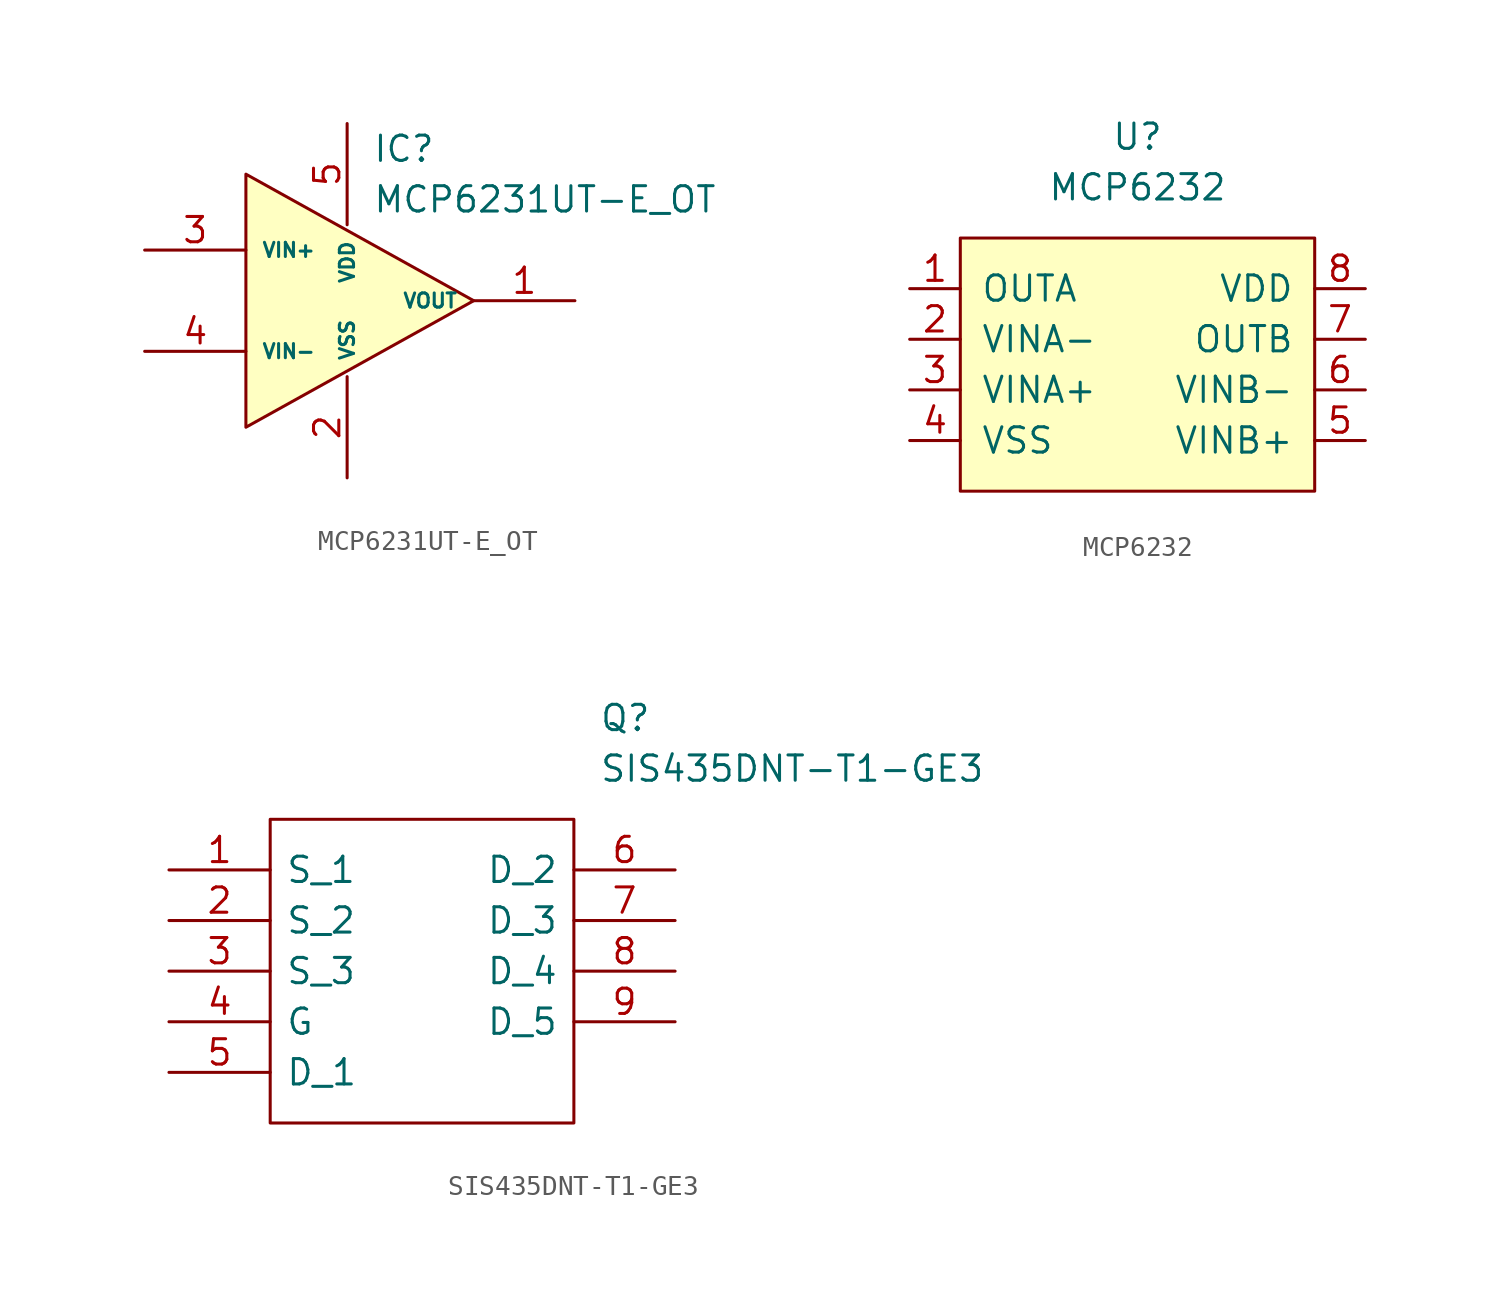
<source format=kicad_sym>
(kicad_symbol_lib
  (version 20211014)
  (generator kicad_symbol_editor)
  (symbol "MCP6231UT-E_OT"
    (pin_names
      (offset 0.762))
    (property "Reference" "IC"
      (at 19.05 6.35 0)
      (effects (font (size 1.27 1.27)) (justify left)))
    (property "Value" "MCP6231UT-E_OT"
      (at 19.05 3.81 0)
      (effects (font (size 1.27 1.27)) (justify left)))
    (symbol "MCP6231UT-E_OT_0_0"
      (pin output line (at 29.21 -1.27 180) (length 5.08) (name "VOUT" (effects (font (size 0.711 0.711)))) (number "1" (effects (font (size 1.27 1.27)))))
      (pin power_in line (at 17.78 -10.16 90) (length 5.08) (name "VSS" (effects (font (size 0.711 0.711)))) (number "2" (effects (font (size 1.27 1.27)))))
      (pin input line (at 7.62 1.27 0) (length 5.08) (name "VIN+" (effects (font (size 0.711 0.711)))) (number "3" (effects (font (size 1.27 1.27)))))
      (pin input line (at 7.62 -3.81 0) (length 5.08) (name "VIN-" (effects (font (size 0.711 0.711)))) (number "4" (effects (font (size 1.27 1.27)))))
      (pin power_in line (at 17.78 7.62 270) (length 5.08) (name "VDD" (effects (font (size 0.711 0.711)))) (number "5" (effects (font (size 1.27 1.27))))))
    (symbol "MCP6231UT-E_OT_0_1"
      (polyline (pts (xy 12.7 -7.62) (xy 12.7 3.81) (xy 12.7 5.08) (xy 24.13 -1.27) (xy 12.7 -7.62)) (stroke (width 0) (type default) (color 0 0 0 0)) (fill (type background)))))
  (symbol "MCP6232"
    (pin_names
      (offset 1.016))
    (property "Reference" "U"
      (at 5.08 3.81 0)
      (effects (font (size 1.27 1.27))))
    (property "Value" "MCP6232"
      (at 5.08 1.27 0)
      (effects (font (size 1.27 1.27))))
    (symbol "MCP6232_0_1"
      (rectangle (start -3.81 -1.27) (end 13.97 -13.97) (stroke (width 0) (type default) (color 0 0 0 0)) (fill (type background))))
    (symbol "MCP6232_1_1"
      (pin output line (at -6.35 -3.81 0) (length 2.54) (name "OUTA" (effects (font (size 1.27 1.27)))) (number "1" (effects (font (size 1.27 1.27)))))
      (pin input line (at -6.35 -6.35 0) (length 2.54) (name "VINA-" (effects (font (size 1.27 1.27)))) (number "2" (effects (font (size 1.27 1.27)))))
      (pin input line (at -6.35 -8.89 0) (length 2.54) (name "VINA+" (effects (font (size 1.27 1.27)))) (number "3" (effects (font (size 1.27 1.27)))))
      (pin power_in line (at -6.35 -11.43 0) (length 2.54) (name "VSS" (effects (font (size 1.27 1.27)))) (number "4" (effects (font (size 1.27 1.27)))))
      (pin input line (at 16.51 -11.43 180) (length 2.54) (name "VINB+" (effects (font (size 1.27 1.27)))) (number "5" (effects (font (size 1.27 1.27)))))
      (pin input line (at 16.51 -8.89 180) (length 2.54) (name "VINB-" (effects (font (size 1.27 1.27)))) (number "6" (effects (font (size 1.27 1.27)))))
      (pin output line (at 16.51 -6.35 180) (length 2.54) (name "OUTB" (effects (font (size 1.27 1.27)))) (number "7" (effects (font (size 1.27 1.27)))))
      (pin power_in line (at 16.51 -3.81 180) (length 2.54) (name "VDD" (effects (font (size 1.27 1.27)))) (number "8" (effects (font (size 1.27 1.27)))))))
  (symbol "SIS435DNT-T1-GE3"
    (pin_names
      (offset 0.762))
    (property "Reference" "Q"
      (at 21.59 7.62 0)
      (effects (font (size 1.27 1.27)) (justify left)))
    (property "Value" "SIS435DNT-T1-GE3"
      (at 21.59 5.08 0)
      (effects (font (size 1.27 1.27)) (justify left)))
    (symbol "SIS435DNT-T1-GE3_0_0"
      (pin passive line (at 0 0 0) (length 5.08) (name "S_1" (effects (font (size 1.27 1.27)))) (number "1" (effects (font (size 1.27 1.27)))))
      (pin passive line (at 0 -2.54 0) (length 5.08) (name "S_2" (effects (font (size 1.27 1.27)))) (number "2" (effects (font (size 1.27 1.27)))))
      (pin passive line (at 0 -5.08 0) (length 5.08) (name "S_3" (effects (font (size 1.27 1.27)))) (number "3" (effects (font (size 1.27 1.27)))))
      (pin passive line (at 0 -7.62 0) (length 5.08) (name "G" (effects (font (size 1.27 1.27)))) (number "4" (effects (font (size 1.27 1.27)))))
      (pin passive line (at 0 -10.16 0) (length 5.08) (name "D_1" (effects (font (size 1.27 1.27)))) (number "5" (effects (font (size 1.27 1.27)))))
      (pin passive line (at 25.4 0 180) (length 5.08) (name "D_2" (effects (font (size 1.27 1.27)))) (number "6" (effects (font (size 1.27 1.27)))))
      (pin passive line (at 25.4 -2.54 180) (length 5.08) (name "D_3" (effects (font (size 1.27 1.27)))) (number "7" (effects (font (size 1.27 1.27)))))
      (pin passive line (at 25.4 -5.08 180) (length 5.08) (name "D_4" (effects (font (size 1.27 1.27)))) (number "8" (effects (font (size 1.27 1.27)))))
      (pin passive line (at 25.4 -7.62 180) (length 5.08) (name "D_5" (effects (font (size 1.27 1.27)))) (number "9" (effects (font (size 1.27 1.27))))))
    (symbol "SIS435DNT-T1-GE3_0_1"
      (polyline (pts (xy 5.08 2.54) (xy 20.32 2.54) (xy 20.32 -12.7) (xy 5.08 -12.7) (xy 5.08 2.54)) (stroke (width 0.152) (type default) (color 0 0 0 0)) (fill (type none))))))
</source>
